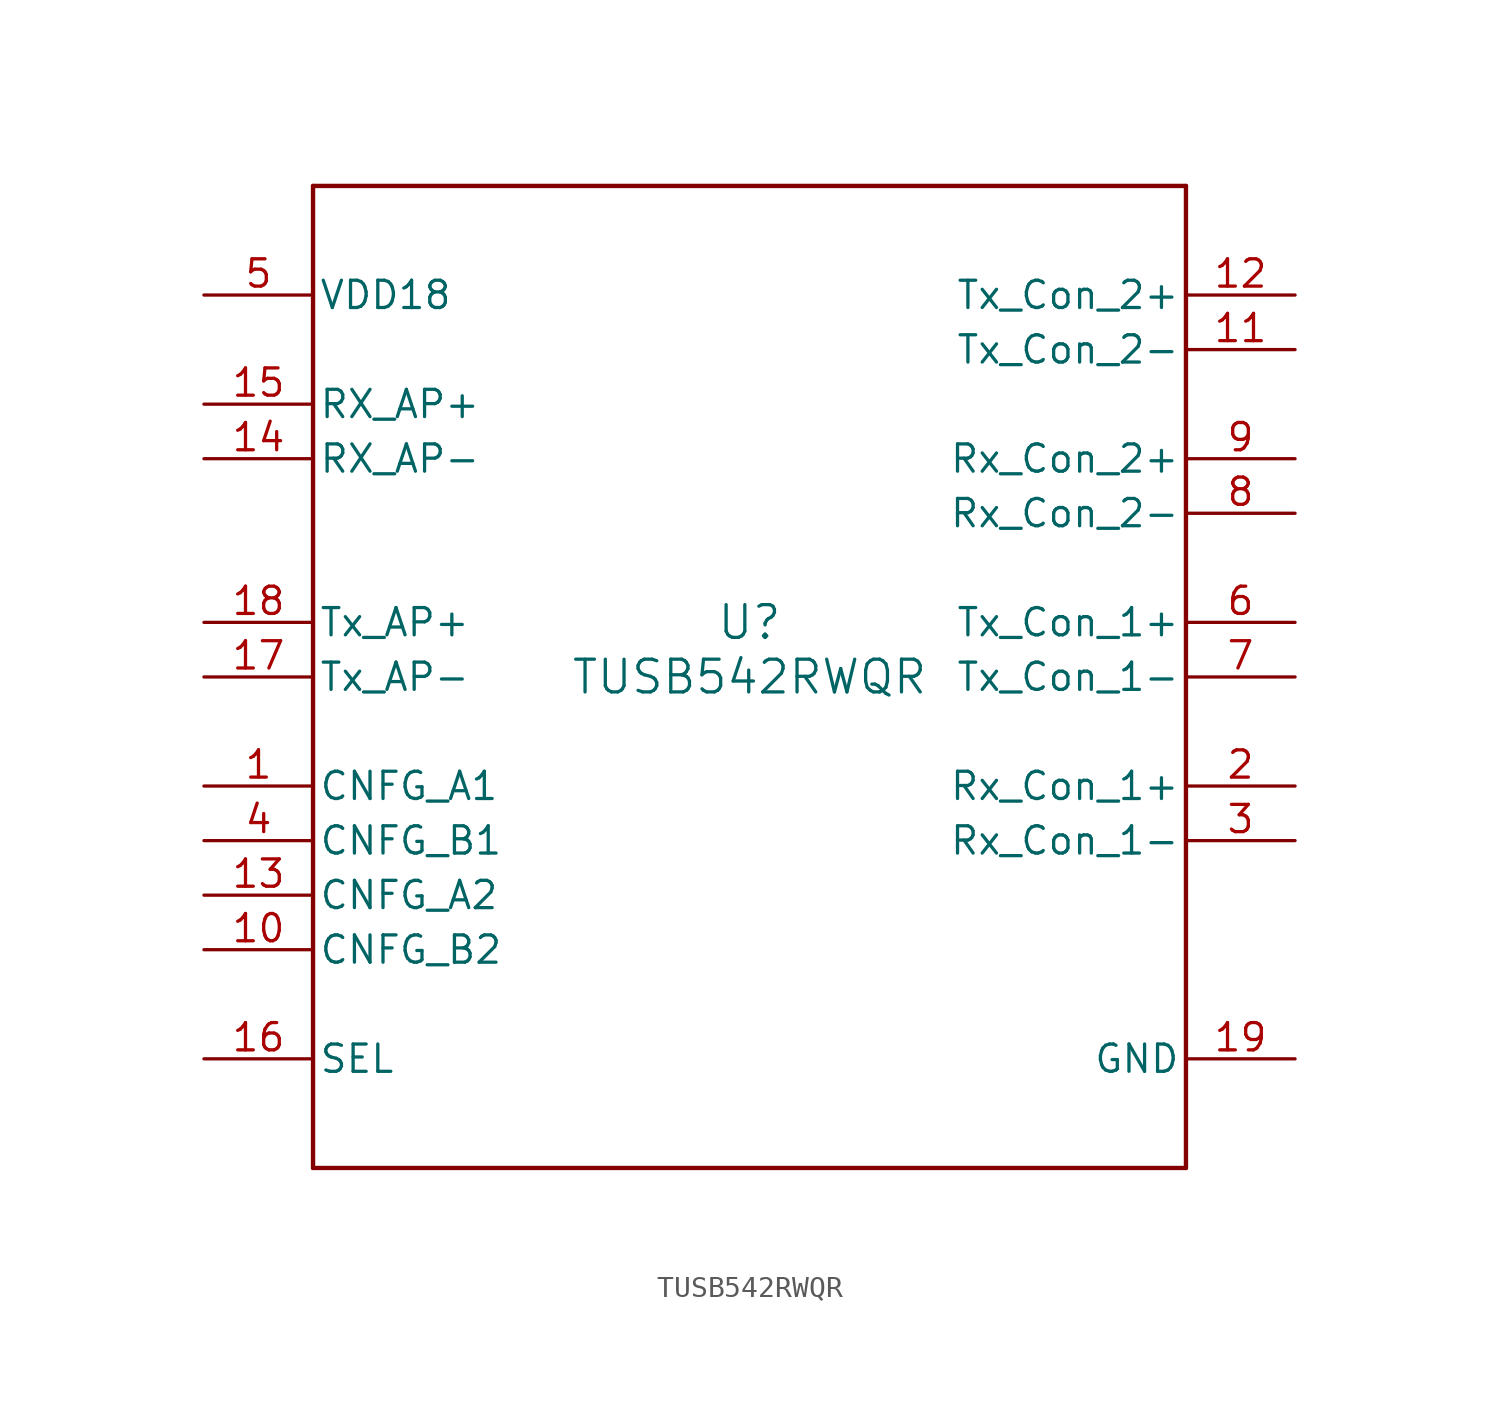
<source format=kicad_sym>
(kicad_symbol_lib
  (version 20211014)
  (generator kicad_symbol_editor)
  (symbol "TUSB542RWQR"
    (pin_names
      (offset 0.254))
    (property "Reference" "U"
      (at 0 2.54 0)
      (effects (font (size 1.524 1.524))))
    (property "Value" "TUSB542RWQR"
      (at 0 0 0)
      (effects (font (size 1.524 1.524))))
    (symbol "TUSB542RWQR_0_1"
      (polyline (pts (xy -20.32 -22.86) (xy 20.32 -22.86)) (stroke (width 0.203) (type default) (color 0 0 0 0)) (fill (type none)))
      (polyline (pts (xy 20.32 -22.86) (xy 20.32 22.86)) (stroke (width 0.203) (type default) (color 0 0 0 0)) (fill (type none)))
      (polyline (pts (xy 20.32 22.86) (xy -20.32 22.86)) (stroke (width 0.203) (type default) (color 0 0 0 0)) (fill (type none)))
      (polyline (pts (xy -20.32 22.86) (xy -20.32 -22.86)) (stroke (width 0.203) (type default) (color 0 0 0 0)) (fill (type none)))
      (pin input line (at -25.4 -5.08 0) (length 5.08) (name "CNFG_A1" (effects (font (size 1.27 1.27)))) (number "1" (effects (font (size 1.27 1.27)))))
      (pin input line (at 25.4 -5.08 180) (length 5.08) (name "Rx_Con_1+" (effects (font (size 1.27 1.27)))) (number "2" (effects (font (size 1.27 1.27)))))
      (pin input line (at 25.4 -7.62 180) (length 5.08) (name "Rx_Con_1-" (effects (font (size 1.27 1.27)))) (number "3" (effects (font (size 1.27 1.27)))))
      (pin input line (at -25.4 -7.62 0) (length 5.08) (name "CNFG_B1" (effects (font (size 1.27 1.27)))) (number "4" (effects (font (size 1.27 1.27)))))
      (pin power_in line (at -25.4 17.78 0) (length 5.08) (name "VDD18" (effects (font (size 1.27 1.27)))) (number "5" (effects (font (size 1.27 1.27)))))
      (pin output line (at 25.4 2.54 180) (length 5.08) (name "Tx_Con_1+" (effects (font (size 1.27 1.27)))) (number "6" (effects (font (size 1.27 1.27)))))
      (pin output line (at 25.4 0 180) (length 5.08) (name "Tx_Con_1-" (effects (font (size 1.27 1.27)))) (number "7" (effects (font (size 1.27 1.27)))))
      (pin input line (at 25.4 7.62 180) (length 5.08) (name "Rx_Con_2-" (effects (font (size 1.27 1.27)))) (number "8" (effects (font (size 1.27 1.27)))))
      (pin input line (at 25.4 10.16 180) (length 5.08) (name "Rx_Con_2+" (effects (font (size 1.27 1.27)))) (number "9" (effects (font (size 1.27 1.27)))))
      (pin input line (at -25.4 -12.7 0) (length 5.08) (name "CNFG_B2" (effects (font (size 1.27 1.27)))) (number "10" (effects (font (size 1.27 1.27)))))
      (pin output line (at 25.4 15.24 180) (length 5.08) (name "Tx_Con_2-" (effects (font (size 1.27 1.27)))) (number "11" (effects (font (size 1.27 1.27)))))
      (pin output line (at 25.4 17.78 180) (length 5.08) (name "Tx_Con_2+" (effects (font (size 1.27 1.27)))) (number "12" (effects (font (size 1.27 1.27)))))
      (pin input line (at -25.4 -10.16 0) (length 5.08) (name "CNFG_A2" (effects (font (size 1.27 1.27)))) (number "13" (effects (font (size 1.27 1.27)))))
      (pin input line (at -25.4 10.16 0) (length 5.08) (name "RX_AP-" (effects (font (size 1.27 1.27)))) (number "14" (effects (font (size 1.27 1.27)))))
      (pin input line (at -25.4 12.7 0) (length 5.08) (name "RX_AP+" (effects (font (size 1.27 1.27)))) (number "15" (effects (font (size 1.27 1.27)))))
      (pin input line (at -25.4 -17.78 0) (length 5.08) (name "SEL" (effects (font (size 1.27 1.27)))) (number "16" (effects (font (size 1.27 1.27)))))
      (pin output line (at -25.4 0 0) (length 5.08) (name "Tx_AP-" (effects (font (size 1.27 1.27)))) (number "17" (effects (font (size 1.27 1.27)))))
      (pin output line (at -25.4 2.54 0) (length 5.08) (name "Tx_AP+" (effects (font (size 1.27 1.27)))) (number "18" (effects (font (size 1.27 1.27)))))
      (pin power_in line (at 25.4 -17.78 180) (length 5.08) (name "GND" (effects (font (size 1.27 1.27)))) (number "19" (effects (font (size 1.27 1.27))))))))
</source>
